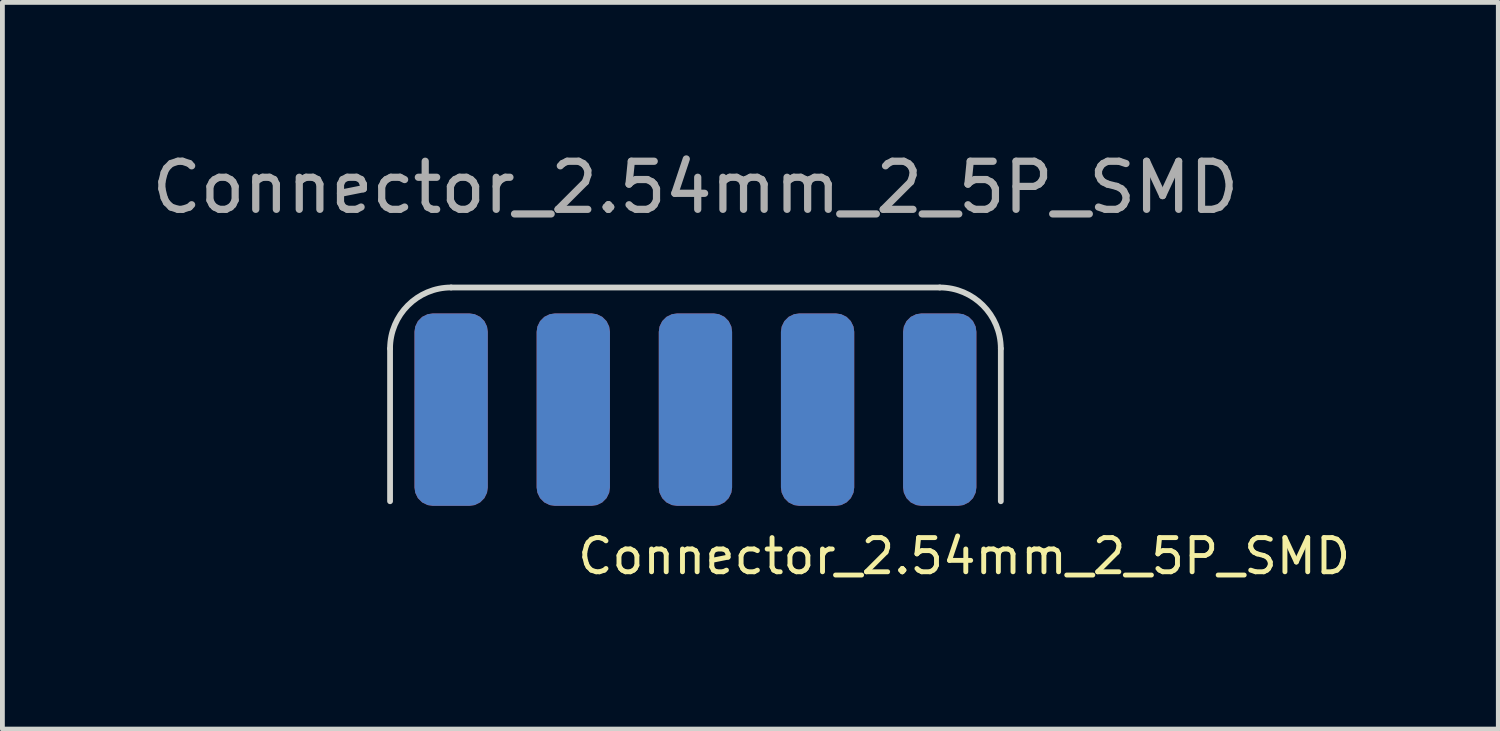
<source format=kicad_pcb>
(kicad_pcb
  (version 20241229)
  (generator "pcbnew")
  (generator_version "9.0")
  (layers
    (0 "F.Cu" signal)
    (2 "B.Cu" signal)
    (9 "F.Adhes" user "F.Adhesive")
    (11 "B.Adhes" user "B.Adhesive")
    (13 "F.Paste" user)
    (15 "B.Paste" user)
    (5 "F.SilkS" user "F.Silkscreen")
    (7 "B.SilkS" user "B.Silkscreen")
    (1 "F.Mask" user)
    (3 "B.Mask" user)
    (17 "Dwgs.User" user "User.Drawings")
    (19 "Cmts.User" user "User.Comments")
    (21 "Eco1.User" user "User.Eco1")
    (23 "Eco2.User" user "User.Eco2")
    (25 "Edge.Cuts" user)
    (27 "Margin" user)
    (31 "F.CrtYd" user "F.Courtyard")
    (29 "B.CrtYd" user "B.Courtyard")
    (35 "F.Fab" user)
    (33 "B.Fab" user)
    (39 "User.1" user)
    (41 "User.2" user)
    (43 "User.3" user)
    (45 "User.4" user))
  (footprint "Connector_2.54mm_2_5P_SMD"
    (layer "F.Cu")
    (at 11.411 5.468)
    (property "Reference" "Connector_2.54mm_2_5P_SMD" (at 5.588 3.048 0) (unlocked yes) (layer "F.SilkS") (effects (font (size 0.711 0.711) (thickness 0.102))))
    (attr smd)
    (fp_line (start -6.35 -1.27) (end -6.35 1.905) (stroke (width 0.12) (type solid)) (layer "Edge.Cuts"))
    (fp_line (start 5.08 -2.54) (end -5.08 -2.54) (stroke (width 0.12) (type solid)) (layer "Edge.Cuts"))
    (fp_line (start 6.35 -1.27) (end 6.35 1.905) (stroke (width 0.12) (type solid)) (layer "Edge.Cuts"))
    (fp_arc (start -6.35 -1.27) (mid -5.978026 -2.168026) (end -5.08 -2.54) (stroke (width 0.12) (type solid)) (layer "Edge.Cuts"))
    (fp_arc (start 5.08 -2.54) (mid 5.978026 -2.168026) (end 6.35 -1.27) (stroke (width 0.12) (type solid)) (layer "Edge.Cuts"))
    (fp_text user "${REFERENCE}" (at 0 -4.62 0) (unlocked yes) (layer "F.Fab") (effects (font (size 1 1) (thickness 0.15))))
    (pad "1" connect roundrect (at -5.08 0 90) (size 4 1.524) (layers "F.Cu" "F.Mask" "F.Paste") (roundrect_rratio 0.25))
    (pad "2" connect roundrect (at -2.54 0 90) (size 4 1.524) (layers "F.Cu" "F.Mask" "F.Paste") (roundrect_rratio 0.25))
    (pad "3" connect roundrect (at 0 0 90) (size 4 1.524) (layers "F.Cu" "F.Mask" "F.Paste") (roundrect_rratio 0.25))
    (pad "4" connect roundrect (at 2.54 0 90) (size 4 1.524) (layers "F.Cu" "F.Mask" "F.Paste") (roundrect_rratio 0.25))
    (pad "5" connect roundrect (at 5.08 0 90) (size 4 1.524) (layers "F.Cu" "F.Mask" "F.Paste") (roundrect_rratio 0.25))
    (pad "6" connect roundrect (at 5.08 0 90) (size 4 1.524) (layers "B.Cu" "B.Mask" "B.Paste") (roundrect_rratio 0.25))
    (pad "7" connect roundrect (at 2.54 0 90) (size 4 1.524) (layers "B.Cu" "B.Mask" "B.Paste") (roundrect_rratio 0.25))
    (pad "8" connect roundrect (at 0 0 90) (size 4 1.524) (layers "B.Cu" "B.Mask" "B.Paste") (roundrect_rratio 0.25))
    (pad "9" connect roundrect (at -2.54 0 90) (size 4 1.524) (layers "B.Cu" "B.Mask" "B.Paste") (roundrect_rratio 0.25))
    (pad "10" connect roundrect (at -5.08 0 90) (size 4 1.524) (layers "B.Cu" "B.Mask" "B.Paste") (roundrect_rratio 0.25)))
  (gr_rect
    (start -3 -3)
    (end 28.106 12.111)
    (stroke (width 0.1) (type default))
    (fill no)
    (layer "Edge.Cuts")))
</source>
